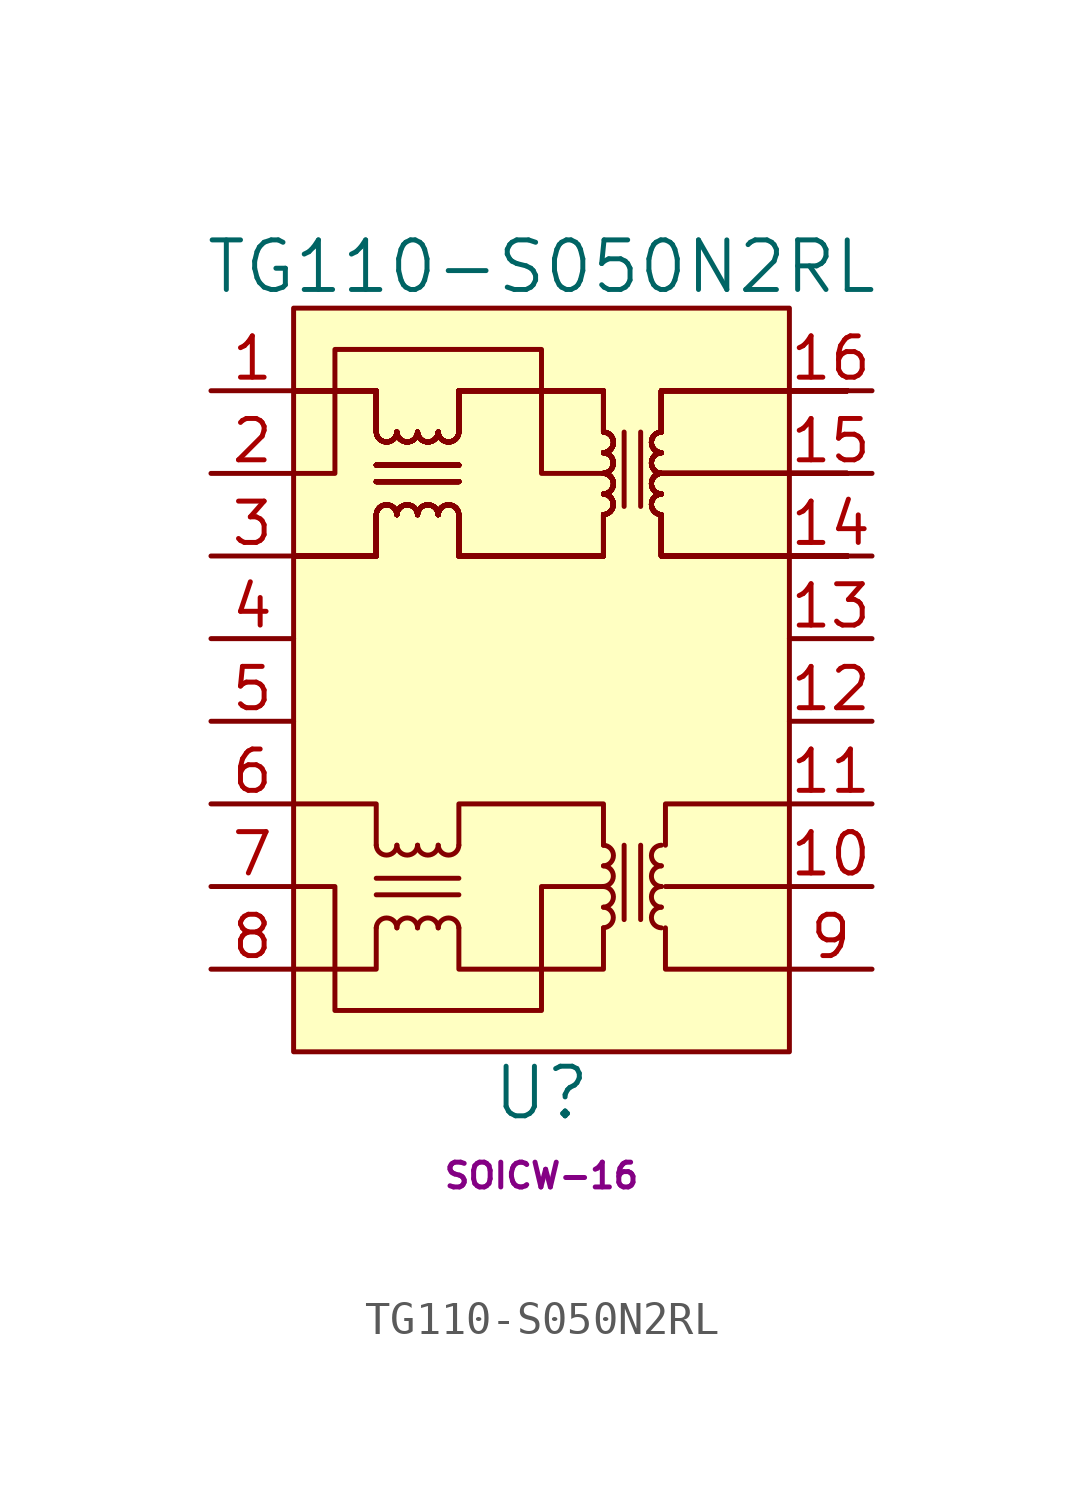
<source format=kicad_sym>
(kicad_symbol_lib
  (version 20220914)
  (generator kicad_symbol_editor)
  (symbol "TG110-S050N2RL"
    (pin_names
      (offset 1.016))
    (property "Reference" "U"
      (at 0 -12.7 0)
      (effects (font (size 1.524 1.524))))
    (property "Value" "TG110-S050N2RL"
      (at 0 12.7 0)
      (effects (font (size 1.524 1.524))))
    (property "Footprint" "SOICW-16"
      (at 0 -15.24 0)
      (effects (font (size 0.762 0.762))))
    (property "Datasheet" ""
      (at 0 0 0)
      (effects (font (size 1.524 1.524))))
    (symbol "TG110-S050N2RL_0_1"
      (arc (start -5.08 -5.08) (mid -4.7752 -5.3848) (end -4.445 -5.08) (stroke (width 0) (type default)) (fill (type none)))
      (arc (start -5.08 7.62) (mid -4.7752 7.3152) (end -4.445 7.62) (stroke (width 0) (type default)) (fill (type none)))
      (arc (start -5.08 7.62) (mid -4.7752 7.3152) (end -4.445 7.62) (stroke (width 0) (type default)) (fill (type none)))
      (arc (start -5.08 7.62) (mid -4.7752 7.3152) (end -4.445 7.62) (stroke (width 0) (type default)) (fill (type none)))
      (arc (start -5.08 7.62) (mid -4.7752 7.3152) (end -4.445 7.62) (stroke (width 0) (type default)) (fill (type none)))
      (arc (start -5.08 7.62) (mid -4.7752 7.3152) (end -4.445 7.62) (stroke (width 0) (type default)) (fill (type none)))
      (arc (start -5.08 7.62) (mid -4.7752 7.3152) (end -4.445 7.62) (stroke (width 0) (type default)) (fill (type none)))
      (arc (start -5.08 7.62) (mid -4.7752 7.3152) (end -4.445 7.62) (stroke (width 0) (type default)) (fill (type none)))
      (arc (start -5.08 7.62) (mid -4.7752 7.3152) (end -4.445 7.62) (stroke (width 0) (type default)) (fill (type none)))
      (arc (start -5.08 7.62) (mid -4.7752 7.3152) (end -4.445 7.62) (stroke (width 0) (type default)) (fill (type none)))
      (arc (start -5.08 7.62) (mid -4.7752 7.3152) (end -4.445 7.62) (stroke (width 0) (type default)) (fill (type none)))
      (arc (start -5.08 7.62) (mid -4.7752 7.3152) (end -4.445 7.62) (stroke (width 0) (type default)) (fill (type none)))
      (arc (start -5.08 7.62) (mid -4.7752 7.3152) (end -4.445 7.62) (stroke (width 0) (type default)) (fill (type none)))
      (arc (start -5.08 7.62) (mid -4.7752 7.3152) (end -4.445 7.62) (stroke (width 0) (type default)) (fill (type none)))
      (arc (start -5.08 7.62) (mid -4.7752 7.3152) (end -4.445 7.62) (stroke (width 0) (type default)) (fill (type none)))
      (arc (start -5.08 7.62) (mid -4.7752 7.3152) (end -4.445 7.62) (stroke (width 0) (type default)) (fill (type none)))
      (arc (start -5.08 7.62) (mid -4.7752 7.3152) (end -4.445 7.62) (stroke (width 0) (type default)) (fill (type none)))
      (arc (start -4.445 -7.62) (mid -4.7498 -7.3152) (end -5.08 -7.62) (stroke (width 0) (type default)) (fill (type none)))
      (arc (start -4.445 -5.08) (mid -4.1402 -5.3848) (end -3.81 -5.08) (stroke (width 0) (type default)) (fill (type none)))
      (arc (start -4.445 5.08) (mid -4.7498 5.3848) (end -5.08 5.08) (stroke (width 0) (type default)) (fill (type none)))
      (arc (start -4.445 5.08) (mid -4.7498 5.3848) (end -5.08 5.08) (stroke (width 0) (type default)) (fill (type none)))
      (arc (start -4.445 5.08) (mid -4.7498 5.3848) (end -5.08 5.08) (stroke (width 0) (type default)) (fill (type none)))
      (arc (start -4.445 5.08) (mid -4.7498 5.3848) (end -5.08 5.08) (stroke (width 0) (type default)) (fill (type none)))
      (arc (start -4.445 5.08) (mid -4.7498 5.3848) (end -5.08 5.08) (stroke (width 0) (type default)) (fill (type none)))
      (arc (start -4.445 5.08) (mid -4.7498 5.3848) (end -5.08 5.08) (stroke (width 0) (type default)) (fill (type none)))
      (arc (start -4.445 5.08) (mid -4.7498 5.3848) (end -5.08 5.08) (stroke (width 0) (type default)) (fill (type none)))
      (arc (start -4.445 5.08) (mid -4.7498 5.3848) (end -5.08 5.08) (stroke (width 0) (type default)) (fill (type none)))
      (arc (start -4.445 5.08) (mid -4.7498 5.3848) (end -5.08 5.08) (stroke (width 0) (type default)) (fill (type none)))
      (arc (start -4.445 5.08) (mid -4.7498 5.3848) (end -5.08 5.08) (stroke (width 0) (type default)) (fill (type none)))
      (arc (start -4.445 5.08) (mid -4.7498 5.3848) (end -5.08 5.08) (stroke (width 0) (type default)) (fill (type none)))
      (arc (start -4.445 5.08) (mid -4.7498 5.3848) (end -5.08 5.08) (stroke (width 0) (type default)) (fill (type none)))
      (arc (start -4.445 5.08) (mid -4.7498 5.3848) (end -5.08 5.08) (stroke (width 0) (type default)) (fill (type none)))
      (arc (start -4.445 5.08) (mid -4.7498 5.3848) (end -5.08 5.08) (stroke (width 0) (type default)) (fill (type none)))
      (arc (start -4.445 5.08) (mid -4.7498 5.3848) (end -5.08 5.08) (stroke (width 0) (type default)) (fill (type none)))
      (arc (start -4.445 5.08) (mid -4.7498 5.3848) (end -5.08 5.08) (stroke (width 0) (type default)) (fill (type none)))
      (arc (start -4.445 7.62) (mid -4.1402 7.3152) (end -3.81 7.62) (stroke (width 0) (type default)) (fill (type none)))
      (arc (start -4.445 7.62) (mid -4.1402 7.3152) (end -3.81 7.62) (stroke (width 0) (type default)) (fill (type none)))
      (arc (start -4.445 7.62) (mid -4.1402 7.3152) (end -3.81 7.62) (stroke (width 0) (type default)) (fill (type none)))
      (arc (start -4.445 7.62) (mid -4.1402 7.3152) (end -3.81 7.62) (stroke (width 0) (type default)) (fill (type none)))
      (arc (start -4.445 7.62) (mid -4.1402 7.3152) (end -3.81 7.62) (stroke (width 0) (type default)) (fill (type none)))
      (arc (start -4.445 7.62) (mid -4.1402 7.3152) (end -3.81 7.62) (stroke (width 0) (type default)) (fill (type none)))
      (arc (start -4.445 7.62) (mid -4.1402 7.3152) (end -3.81 7.62) (stroke (width 0) (type default)) (fill (type none)))
      (arc (start -4.445 7.62) (mid -4.1402 7.3152) (end -3.81 7.62) (stroke (width 0) (type default)) (fill (type none)))
      (arc (start -4.445 7.62) (mid -4.1402 7.3152) (end -3.81 7.62) (stroke (width 0) (type default)) (fill (type none)))
      (arc (start -4.445 7.62) (mid -4.1402 7.3152) (end -3.81 7.62) (stroke (width 0) (type default)) (fill (type none)))
      (arc (start -4.445 7.62) (mid -4.1402 7.3152) (end -3.81 7.62) (stroke (width 0) (type default)) (fill (type none)))
      (arc (start -4.445 7.62) (mid -4.1402 7.3152) (end -3.81 7.62) (stroke (width 0) (type default)) (fill (type none)))
      (arc (start -4.445 7.62) (mid -4.1402 7.3152) (end -3.81 7.62) (stroke (width 0) (type default)) (fill (type none)))
      (arc (start -4.445 7.62) (mid -4.1402 7.3152) (end -3.81 7.62) (stroke (width 0) (type default)) (fill (type none)))
      (arc (start -4.445 7.62) (mid -4.1402 7.3152) (end -3.81 7.62) (stroke (width 0) (type default)) (fill (type none)))
      (arc (start -4.445 7.62) (mid -4.1402 7.3152) (end -3.81 7.62) (stroke (width 0) (type default)) (fill (type none)))
      (arc (start -3.81 -7.62) (mid -4.1148 -7.3152) (end -4.445 -7.62) (stroke (width 0) (type default)) (fill (type none)))
      (arc (start -3.81 -5.08) (mid -3.5052 -5.3848) (end -3.175 -5.08) (stroke (width 0) (type default)) (fill (type none)))
      (arc (start -3.81 5.08) (mid -4.1148 5.3848) (end -4.445 5.08) (stroke (width 0) (type default)) (fill (type none)))
      (arc (start -3.81 5.08) (mid -4.1148 5.3848) (end -4.445 5.08) (stroke (width 0) (type default)) (fill (type none)))
      (arc (start -3.81 5.08) (mid -4.1148 5.3848) (end -4.445 5.08) (stroke (width 0) (type default)) (fill (type none)))
      (arc (start -3.81 5.08) (mid -4.1148 5.3848) (end -4.445 5.08) (stroke (width 0) (type default)) (fill (type none)))
      (arc (start -3.81 5.08) (mid -4.1148 5.3848) (end -4.445 5.08) (stroke (width 0) (type default)) (fill (type none)))
      (arc (start -3.81 5.08) (mid -4.1148 5.3848) (end -4.445 5.08) (stroke (width 0) (type default)) (fill (type none)))
      (arc (start -3.81 5.08) (mid -4.1148 5.3848) (end -4.445 5.08) (stroke (width 0) (type default)) (fill (type none)))
      (arc (start -3.81 5.08) (mid -4.1148 5.3848) (end -4.445 5.08) (stroke (width 0) (type default)) (fill (type none)))
      (arc (start -3.81 5.08) (mid -4.1148 5.3848) (end -4.445 5.08) (stroke (width 0) (type default)) (fill (type none)))
      (arc (start -3.81 5.08) (mid -4.1148 5.3848) (end -4.445 5.08) (stroke (width 0) (type default)) (fill (type none)))
      (arc (start -3.81 5.08) (mid -4.1148 5.3848) (end -4.445 5.08) (stroke (width 0) (type default)) (fill (type none)))
      (arc (start -3.81 5.08) (mid -4.1148 5.3848) (end -4.445 5.08) (stroke (width 0) (type default)) (fill (type none)))
      (arc (start -3.81 5.08) (mid -4.1148 5.3848) (end -4.445 5.08) (stroke (width 0) (type default)) (fill (type none)))
      (arc (start -3.81 5.08) (mid -4.1148 5.3848) (end -4.445 5.08) (stroke (width 0) (type default)) (fill (type none)))
      (arc (start -3.81 5.08) (mid -4.1148 5.3848) (end -4.445 5.08) (stroke (width 0) (type default)) (fill (type none)))
      (arc (start -3.81 5.08) (mid -4.1148 5.3848) (end -4.445 5.08) (stroke (width 0) (type default)) (fill (type none)))
      (arc (start -3.81 7.62) (mid -3.5052 7.3152) (end -3.175 7.62) (stroke (width 0) (type default)) (fill (type none)))
      (arc (start -3.81 7.62) (mid -3.5052 7.3152) (end -3.175 7.62) (stroke (width 0) (type default)) (fill (type none)))
      (arc (start -3.81 7.62) (mid -3.5052 7.3152) (end -3.175 7.62) (stroke (width 0) (type default)) (fill (type none)))
      (arc (start -3.81 7.62) (mid -3.5052 7.3152) (end -3.175 7.62) (stroke (width 0) (type default)) (fill (type none)))
      (arc (start -3.81 7.62) (mid -3.5052 7.3152) (end -3.175 7.62) (stroke (width 0) (type default)) (fill (type none)))
      (arc (start -3.81 7.62) (mid -3.5052 7.3152) (end -3.175 7.62) (stroke (width 0) (type default)) (fill (type none)))
      (arc (start -3.81 7.62) (mid -3.5052 7.3152) (end -3.175 7.62) (stroke (width 0) (type default)) (fill (type none)))
      (arc (start -3.81 7.62) (mid -3.5052 7.3152) (end -3.175 7.62) (stroke (width 0) (type default)) (fill (type none)))
      (arc (start -3.81 7.62) (mid -3.5052 7.3152) (end -3.175 7.62) (stroke (width 0) (type default)) (fill (type none)))
      (arc (start -3.81 7.62) (mid -3.5052 7.3152) (end -3.175 7.62) (stroke (width 0) (type default)) (fill (type none)))
      (arc (start -3.81 7.62) (mid -3.5052 7.3152) (end -3.175 7.62) (stroke (width 0) (type default)) (fill (type none)))
      (arc (start -3.81 7.62) (mid -3.5052 7.3152) (end -3.175 7.62) (stroke (width 0) (type default)) (fill (type none)))
      (arc (start -3.81 7.62) (mid -3.5052 7.3152) (end -3.175 7.62) (stroke (width 0) (type default)) (fill (type none)))
      (arc (start -3.81 7.62) (mid -3.5052 7.3152) (end -3.175 7.62) (stroke (width 0) (type default)) (fill (type none)))
      (arc (start -3.81 7.62) (mid -3.5052 7.3152) (end -3.175 7.62) (stroke (width 0) (type default)) (fill (type none)))
      (arc (start -3.81 7.62) (mid -3.5052 7.3152) (end -3.175 7.62) (stroke (width 0) (type default)) (fill (type none)))
      (arc (start -3.175 -7.62) (mid -3.4798 -7.3152) (end -3.81 -7.62) (stroke (width 0) (type default)) (fill (type none)))
      (arc (start -3.175 -5.08) (mid -2.8702 -5.3848) (end -2.54 -5.08) (stroke (width 0) (type default)) (fill (type none)))
      (arc (start -3.175 5.08) (mid -3.4798 5.3848) (end -3.81 5.08) (stroke (width 0) (type default)) (fill (type none)))
      (arc (start -3.175 5.08) (mid -3.4798 5.3848) (end -3.81 5.08) (stroke (width 0) (type default)) (fill (type none)))
      (arc (start -3.175 5.08) (mid -3.4798 5.3848) (end -3.81 5.08) (stroke (width 0) (type default)) (fill (type none)))
      (arc (start -3.175 5.08) (mid -3.4798 5.3848) (end -3.81 5.08) (stroke (width 0) (type default)) (fill (type none)))
      (arc (start -3.175 5.08) (mid -3.4798 5.3848) (end -3.81 5.08) (stroke (width 0) (type default)) (fill (type none)))
      (arc (start -3.175 5.08) (mid -3.4798 5.3848) (end -3.81 5.08) (stroke (width 0) (type default)) (fill (type none)))
      (arc (start -3.175 5.08) (mid -3.4798 5.3848) (end -3.81 5.08) (stroke (width 0) (type default)) (fill (type none)))
      (arc (start -3.175 5.08) (mid -3.4798 5.3848) (end -3.81 5.08) (stroke (width 0) (type default)) (fill (type none)))
      (arc (start -3.175 5.08) (mid -3.4798 5.3848) (end -3.81 5.08) (stroke (width 0) (type default)) (fill (type none)))
      (arc (start -3.175 5.08) (mid -3.4798 5.3848) (end -3.81 5.08) (stroke (width 0) (type default)) (fill (type none)))
      (arc (start -3.175 5.08) (mid -3.4798 5.3848) (end -3.81 5.08) (stroke (width 0) (type default)) (fill (type none)))
      (arc (start -3.175 5.08) (mid -3.4798 5.3848) (end -3.81 5.08) (stroke (width 0) (type default)) (fill (type none)))
      (arc (start -3.175 5.08) (mid -3.4798 5.3848) (end -3.81 5.08) (stroke (width 0) (type default)) (fill (type none)))
      (arc (start -3.175 5.08) (mid -3.4798 5.3848) (end -3.81 5.08) (stroke (width 0) (type default)) (fill (type none)))
      (arc (start -3.175 5.08) (mid -3.4798 5.3848) (end -3.81 5.08) (stroke (width 0) (type default)) (fill (type none)))
      (arc (start -3.175 5.08) (mid -3.4798 5.3848) (end -3.81 5.08) (stroke (width 0) (type default)) (fill (type none)))
      (arc (start -3.175 7.62) (mid -2.8702 7.3152) (end -2.54 7.62) (stroke (width 0) (type default)) (fill (type none)))
      (arc (start -3.175 7.62) (mid -2.8702 7.3152) (end -2.54 7.62) (stroke (width 0) (type default)) (fill (type none)))
      (arc (start -3.175 7.62) (mid -2.8702 7.3152) (end -2.54 7.62) (stroke (width 0) (type default)) (fill (type none)))
      (arc (start -3.175 7.62) (mid -2.8702 7.3152) (end -2.54 7.62) (stroke (width 0) (type default)) (fill (type none)))
      (arc (start -3.175 7.62) (mid -2.8702 7.3152) (end -2.54 7.62) (stroke (width 0) (type default)) (fill (type none)))
      (arc (start -3.175 7.62) (mid -2.8702 7.3152) (end -2.54 7.62) (stroke (width 0) (type default)) (fill (type none)))
      (arc (start -3.175 7.62) (mid -2.8702 7.3152) (end -2.54 7.62) (stroke (width 0) (type default)) (fill (type none)))
      (arc (start -3.175 7.62) (mid -2.8702 7.3152) (end -2.54 7.62) (stroke (width 0) (type default)) (fill (type none)))
      (arc (start -3.175 7.62) (mid -2.8702 7.3152) (end -2.54 7.62) (stroke (width 0) (type default)) (fill (type none)))
      (arc (start -3.175 7.62) (mid -2.8702 7.3152) (end -2.54 7.62) (stroke (width 0) (type default)) (fill (type none)))
      (arc (start -3.175 7.62) (mid -2.8702 7.3152) (end -2.54 7.62) (stroke (width 0) (type default)) (fill (type none)))
      (arc (start -3.175 7.62) (mid -2.8702 7.3152) (end -2.54 7.62) (stroke (width 0) (type default)) (fill (type none)))
      (arc (start -3.175 7.62) (mid -2.8702 7.3152) (end -2.54 7.62) (stroke (width 0) (type default)) (fill (type none)))
      (arc (start -3.175 7.62) (mid -2.8702 7.3152) (end -2.54 7.62) (stroke (width 0) (type default)) (fill (type none)))
      (arc (start -3.175 7.62) (mid -2.8702 7.3152) (end -2.54 7.62) (stroke (width 0) (type default)) (fill (type none)))
      (arc (start -3.175 7.62) (mid -2.8702 7.3152) (end -2.54 7.62) (stroke (width 0) (type default)) (fill (type none)))
      (arc (start -2.54 -7.62) (mid -2.8448 -7.3152) (end -3.175 -7.62) (stroke (width 0) (type default)) (fill (type none)))
      (arc (start -2.54 5.08) (mid -2.8448 5.3848) (end -3.175 5.08) (stroke (width 0) (type default)) (fill (type none)))
      (arc (start -2.54 5.08) (mid -2.8448 5.3848) (end -3.175 5.08) (stroke (width 0) (type default)) (fill (type none)))
      (arc (start -2.54 5.08) (mid -2.8448 5.3848) (end -3.175 5.08) (stroke (width 0) (type default)) (fill (type none)))
      (arc (start -2.54 5.08) (mid -2.8448 5.3848) (end -3.175 5.08) (stroke (width 0) (type default)) (fill (type none)))
      (arc (start -2.54 5.08) (mid -2.8448 5.3848) (end -3.175 5.08) (stroke (width 0) (type default)) (fill (type none)))
      (arc (start -2.54 5.08) (mid -2.8448 5.3848) (end -3.175 5.08) (stroke (width 0) (type default)) (fill (type none)))
      (arc (start -2.54 5.08) (mid -2.8448 5.3848) (end -3.175 5.08) (stroke (width 0) (type default)) (fill (type none)))
      (arc (start -2.54 5.08) (mid -2.8448 5.3848) (end -3.175 5.08) (stroke (width 0) (type default)) (fill (type none)))
      (arc (start -2.54 5.08) (mid -2.8448 5.3848) (end -3.175 5.08) (stroke (width 0) (type default)) (fill (type none)))
      (arc (start -2.54 5.08) (mid -2.8448 5.3848) (end -3.175 5.08) (stroke (width 0) (type default)) (fill (type none)))
      (arc (start -2.54 5.08) (mid -2.8448 5.3848) (end -3.175 5.08) (stroke (width 0) (type default)) (fill (type none)))
      (arc (start -2.54 5.08) (mid -2.8448 5.3848) (end -3.175 5.08) (stroke (width 0) (type default)) (fill (type none)))
      (arc (start -2.54 5.08) (mid -2.8448 5.3848) (end -3.175 5.08) (stroke (width 0) (type default)) (fill (type none)))
      (arc (start -2.54 5.08) (mid -2.8448 5.3848) (end -3.175 5.08) (stroke (width 0) (type default)) (fill (type none)))
      (arc (start -2.54 5.08) (mid -2.8448 5.3848) (end -3.175 5.08) (stroke (width 0) (type default)) (fill (type none)))
      (arc (start -2.54 5.08) (mid -2.8448 5.3848) (end -3.175 5.08) (stroke (width 0) (type default)) (fill (type none)))
      (polyline (pts (xy -5.08 -6.604) (xy -2.54 -6.604) (xy -2.54 -6.604)) (stroke (width 0) (type default)) (fill (type none)))
      (polyline (pts (xy -5.08 -6.096) (xy -2.54 -6.096) (xy -2.54 -6.096)) (stroke (width 0) (type default)) (fill (type none)))
      (polyline (pts (xy -5.08 6.096) (xy -2.54 6.096) (xy -2.54 6.096)) (stroke (width 0) (type default)) (fill (type none)))
      (polyline (pts (xy -5.08 6.096) (xy -2.54 6.096) (xy -2.54 6.096)) (stroke (width 0) (type default)) (fill (type none)))
      (polyline (pts (xy -5.08 6.096) (xy -2.54 6.096) (xy -2.54 6.096)) (stroke (width 0) (type default)) (fill (type none)))
      (polyline (pts (xy -5.08 6.096) (xy -2.54 6.096) (xy -2.54 6.096)) (stroke (width 0) (type default)) (fill (type none)))
      (polyline (pts (xy -5.08 6.096) (xy -2.54 6.096) (xy -2.54 6.096)) (stroke (width 0) (type default)) (fill (type none)))
      (polyline (pts (xy -5.08 6.096) (xy -2.54 6.096) (xy -2.54 6.096)) (stroke (width 0) (type default)) (fill (type none)))
      (polyline (pts (xy -5.08 6.096) (xy -2.54 6.096) (xy -2.54 6.096)) (stroke (width 0) (type default)) (fill (type none)))
      (polyline (pts (xy -5.08 6.096) (xy -2.54 6.096) (xy -2.54 6.096)) (stroke (width 0) (type default)) (fill (type none)))
      (polyline (pts (xy -5.08 6.096) (xy -2.54 6.096) (xy -2.54 6.096)) (stroke (width 0) (type default)) (fill (type none)))
      (polyline (pts (xy -5.08 6.096) (xy -2.54 6.096) (xy -2.54 6.096)) (stroke (width 0) (type default)) (fill (type none)))
      (polyline (pts (xy -5.08 6.096) (xy -2.54 6.096) (xy -2.54 6.096)) (stroke (width 0) (type default)) (fill (type none)))
      (polyline (pts (xy -5.08 6.096) (xy -2.54 6.096) (xy -2.54 6.096)) (stroke (width 0) (type default)) (fill (type none)))
      (polyline (pts (xy -5.08 6.096) (xy -2.54 6.096) (xy -2.54 6.096)) (stroke (width 0) (type default)) (fill (type none)))
      (polyline (pts (xy -5.08 6.096) (xy -2.54 6.096) (xy -2.54 6.096)) (stroke (width 0) (type default)) (fill (type none)))
      (polyline (pts (xy -5.08 6.096) (xy -2.54 6.096) (xy -2.54 6.096)) (stroke (width 0) (type default)) (fill (type none)))
      (polyline (pts (xy -5.08 6.096) (xy -2.54 6.096) (xy -2.54 6.096)) (stroke (width 0) (type default)) (fill (type none)))
      (polyline (pts (xy -5.08 6.604) (xy -2.54 6.604) (xy -2.54 6.604)) (stroke (width 0) (type default)) (fill (type none)))
      (polyline (pts (xy -5.08 6.604) (xy -2.54 6.604) (xy -2.54 6.604)) (stroke (width 0) (type default)) (fill (type none)))
      (polyline (pts (xy -5.08 6.604) (xy -2.54 6.604) (xy -2.54 6.604)) (stroke (width 0) (type default)) (fill (type none)))
      (polyline (pts (xy -5.08 6.604) (xy -2.54 6.604) (xy -2.54 6.604)) (stroke (width 0) (type default)) (fill (type none)))
      (polyline (pts (xy -5.08 6.604) (xy -2.54 6.604) (xy -2.54 6.604)) (stroke (width 0) (type default)) (fill (type none)))
      (polyline (pts (xy -5.08 6.604) (xy -2.54 6.604) (xy -2.54 6.604)) (stroke (width 0) (type default)) (fill (type none)))
      (polyline (pts (xy -5.08 6.604) (xy -2.54 6.604) (xy -2.54 6.604)) (stroke (width 0) (type default)) (fill (type none)))
      (polyline (pts (xy -5.08 6.604) (xy -2.54 6.604) (xy -2.54 6.604)) (stroke (width 0) (type default)) (fill (type none)))
      (polyline (pts (xy -5.08 6.604) (xy -2.54 6.604) (xy -2.54 6.604)) (stroke (width 0) (type default)) (fill (type none)))
      (polyline (pts (xy -5.08 6.604) (xy -2.54 6.604) (xy -2.54 6.604)) (stroke (width 0) (type default)) (fill (type none)))
      (polyline (pts (xy -5.08 6.604) (xy -2.54 6.604) (xy -2.54 6.604)) (stroke (width 0) (type default)) (fill (type none)))
      (polyline (pts (xy -5.08 6.604) (xy -2.54 6.604) (xy -2.54 6.604)) (stroke (width 0) (type default)) (fill (type none)))
      (polyline (pts (xy -5.08 6.604) (xy -2.54 6.604) (xy -2.54 6.604)) (stroke (width 0) (type default)) (fill (type none)))
      (polyline (pts (xy -5.08 6.604) (xy -2.54 6.604) (xy -2.54 6.604)) (stroke (width 0) (type default)) (fill (type none)))
      (polyline (pts (xy -5.08 6.604) (xy -2.54 6.604) (xy -2.54 6.604)) (stroke (width 0) (type default)) (fill (type none)))
      (polyline (pts (xy -5.08 6.604) (xy -2.54 6.604) (xy -2.54 6.604)) (stroke (width 0) (type default)) (fill (type none)))
      (polyline (pts (xy 2.54 -5.08) (xy 2.54 -7.366) (xy 2.54 -7.366)) (stroke (width 0) (type default)) (fill (type none)))
      (polyline (pts (xy 2.54 7.62) (xy 2.54 5.334) (xy 2.54 5.334)) (stroke (width 0) (type default)) (fill (type none)))
      (polyline (pts (xy 3.048 -5.08) (xy 3.048 -7.366) (xy 3.048 -7.366)) (stroke (width 0) (type default)) (fill (type none)))
      (polyline (pts (xy 3.048 7.62) (xy 3.048 5.334) (xy 3.048 5.334)) (stroke (width 0) (type default)) (fill (type none)))
      (polyline (pts (xy 3.683 6.35) (xy 9.398 6.35) (xy 9.398 6.35)) (stroke (width 0) (type default)) (fill (type none)))
      (polyline (pts (xy 3.683 6.35) (xy 9.398 6.35) (xy 9.398 6.35)) (stroke (width 0) (type default)) (fill (type none)))
      (polyline (pts (xy 3.683 6.35) (xy 9.398 6.35) (xy 9.398 6.35)) (stroke (width 0) (type default)) (fill (type none)))
      (polyline (pts (xy 3.683 6.35) (xy 9.398 6.35) (xy 9.398 6.35)) (stroke (width 0) (type default)) (fill (type none)))
      (polyline (pts (xy 3.683 6.35) (xy 9.398 6.35) (xy 9.398 6.35)) (stroke (width 0) (type default)) (fill (type none)))
      (polyline (pts (xy 3.683 6.35) (xy 9.398 6.35) (xy 9.398 6.35)) (stroke (width 0) (type default)) (fill (type none)))
      (polyline (pts (xy 3.683 6.35) (xy 9.398 6.35) (xy 9.398 6.35)) (stroke (width 0) (type default)) (fill (type none)))
      (polyline (pts (xy 3.683 6.35) (xy 9.398 6.35) (xy 9.398 6.35)) (stroke (width 0) (type default)) (fill (type none)))
      (polyline (pts (xy 3.683 6.35) (xy 9.398 6.35) (xy 9.398 6.35)) (stroke (width 0) (type default)) (fill (type none)))
      (polyline (pts (xy 3.683 6.35) (xy 9.398 6.35) (xy 9.398 6.35)) (stroke (width 0) (type default)) (fill (type none)))
      (polyline (pts (xy 3.683 6.35) (xy 9.398 6.35) (xy 9.398 6.35)) (stroke (width 0) (type default)) (fill (type none)))
      (polyline (pts (xy 3.683 6.35) (xy 9.398 6.35) (xy 9.398 6.35)) (stroke (width 0) (type default)) (fill (type none)))
      (polyline (pts (xy 3.683 6.35) (xy 9.398 6.35) (xy 9.398 6.35)) (stroke (width 0) (type default)) (fill (type none)))
      (polyline (pts (xy 3.683 6.35) (xy 9.398 6.35) (xy 9.398 6.35)) (stroke (width 0) (type default)) (fill (type none)))
      (polyline (pts (xy 3.683 6.35) (xy 9.398 6.35) (xy 9.398 6.35)) (stroke (width 0) (type default)) (fill (type none)))
      (polyline (pts (xy 3.683 6.35) (xy 9.398 6.35) (xy 9.398 6.35)) (stroke (width 0) (type default)) (fill (type none)))
      (polyline (pts (xy 7.62 -6.35) (xy 3.81 -6.35) (xy 3.81 -6.35)) (stroke (width 0) (type default)) (fill (type none)))
      (polyline (pts (xy -7.62 -8.89) (xy -5.08 -8.89) (xy -5.08 -7.62) (xy -5.08 -7.62)) (stroke (width 0) (type default)) (fill (type none)))
      (polyline (pts (xy -7.62 -3.81) (xy -5.08 -3.81) (xy -5.08 -5.08) (xy -5.08 -5.08)) (stroke (width 0) (type default)) (fill (type none)))
      (polyline (pts (xy -7.62 3.81) (xy -5.08 3.81) (xy -5.08 5.08) (xy -5.08 5.08)) (stroke (width 0) (type default)) (fill (type none)))
      (polyline (pts (xy -7.62 3.81) (xy -5.08 3.81) (xy -5.08 5.08) (xy -5.08 5.08)) (stroke (width 0) (type default)) (fill (type none)))
      (polyline (pts (xy -7.62 3.81) (xy -5.08 3.81) (xy -5.08 5.08) (xy -5.08 5.08)) (stroke (width 0) (type default)) (fill (type none)))
      (polyline (pts (xy -7.62 3.81) (xy -5.08 3.81) (xy -5.08 5.08) (xy -5.08 5.08)) (stroke (width 0) (type default)) (fill (type none)))
      (polyline (pts (xy -7.62 3.81) (xy -5.08 3.81) (xy -5.08 5.08) (xy -5.08 5.08)) (stroke (width 0) (type default)) (fill (type none)))
      (polyline (pts (xy -7.62 3.81) (xy -5.08 3.81) (xy -5.08 5.08) (xy -5.08 5.08)) (stroke (width 0) (type default)) (fill (type none)))
      (polyline (pts (xy -7.62 3.81) (xy -5.08 3.81) (xy -5.08 5.08) (xy -5.08 5.08)) (stroke (width 0) (type default)) (fill (type none)))
      (polyline (pts (xy -7.62 3.81) (xy -5.08 3.81) (xy -5.08 5.08) (xy -5.08 5.08)) (stroke (width 0) (type default)) (fill (type none)))
      (polyline (pts (xy -7.62 3.81) (xy -5.08 3.81) (xy -5.08 5.08) (xy -5.08 5.08)) (stroke (width 0) (type default)) (fill (type none)))
      (polyline (pts (xy -7.62 3.81) (xy -5.08 3.81) (xy -5.08 5.08) (xy -5.08 5.08)) (stroke (width 0) (type default)) (fill (type none)))
      (polyline (pts (xy -7.62 3.81) (xy -5.08 3.81) (xy -5.08 5.08) (xy -5.08 5.08)) (stroke (width 0) (type default)) (fill (type none)))
      (polyline (pts (xy -7.62 3.81) (xy -5.08 3.81) (xy -5.08 5.08) (xy -5.08 5.08)) (stroke (width 0) (type default)) (fill (type none)))
      (polyline (pts (xy -7.62 3.81) (xy -5.08 3.81) (xy -5.08 5.08) (xy -5.08 5.08)) (stroke (width 0) (type default)) (fill (type none)))
      (polyline (pts (xy -7.62 3.81) (xy -5.08 3.81) (xy -5.08 5.08) (xy -5.08 5.08)) (stroke (width 0) (type default)) (fill (type none)))
      (polyline (pts (xy -7.62 3.81) (xy -5.08 3.81) (xy -5.08 5.08) (xy -5.08 5.08)) (stroke (width 0) (type default)) (fill (type none)))
      (polyline (pts (xy -7.62 3.81) (xy -5.08 3.81) (xy -5.08 5.08) (xy -5.08 5.08)) (stroke (width 0) (type default)) (fill (type none)))
      (polyline (pts (xy -7.62 8.89) (xy -5.08 8.89) (xy -5.08 7.62) (xy -5.08 7.62)) (stroke (width 0) (type default)) (fill (type none)))
      (polyline (pts (xy -7.62 8.89) (xy -5.08 8.89) (xy -5.08 7.62) (xy -5.08 7.62)) (stroke (width 0) (type default)) (fill (type none)))
      (polyline (pts (xy -7.62 8.89) (xy -5.08 8.89) (xy -5.08 7.62) (xy -5.08 7.62)) (stroke (width 0) (type default)) (fill (type none)))
      (polyline (pts (xy -7.62 8.89) (xy -5.08 8.89) (xy -5.08 7.62) (xy -5.08 7.62)) (stroke (width 0) (type default)) (fill (type none)))
      (polyline (pts (xy -7.62 8.89) (xy -5.08 8.89) (xy -5.08 7.62) (xy -5.08 7.62)) (stroke (width 0) (type default)) (fill (type none)))
      (polyline (pts (xy -7.62 8.89) (xy -5.08 8.89) (xy -5.08 7.62) (xy -5.08 7.62)) (stroke (width 0) (type default)) (fill (type none)))
      (polyline (pts (xy -7.62 8.89) (xy -5.08 8.89) (xy -5.08 7.62) (xy -5.08 7.62)) (stroke (width 0) (type default)) (fill (type none)))
      (polyline (pts (xy -7.62 8.89) (xy -5.08 8.89) (xy -5.08 7.62) (xy -5.08 7.62)) (stroke (width 0) (type default)) (fill (type none)))
      (polyline (pts (xy -7.62 8.89) (xy -5.08 8.89) (xy -5.08 7.62) (xy -5.08 7.62)) (stroke (width 0) (type default)) (fill (type none)))
      (polyline (pts (xy -7.62 8.89) (xy -5.08 8.89) (xy -5.08 7.62) (xy -5.08 7.62)) (stroke (width 0) (type default)) (fill (type none)))
      (polyline (pts (xy -7.62 8.89) (xy -5.08 8.89) (xy -5.08 7.62) (xy -5.08 7.62)) (stroke (width 0) (type default)) (fill (type none)))
      (polyline (pts (xy -7.62 8.89) (xy -5.08 8.89) (xy -5.08 7.62) (xy -5.08 7.62)) (stroke (width 0) (type default)) (fill (type none)))
      (polyline (pts (xy -7.62 8.89) (xy -5.08 8.89) (xy -5.08 7.62) (xy -5.08 7.62)) (stroke (width 0) (type default)) (fill (type none)))
      (polyline (pts (xy -7.62 8.89) (xy -5.08 8.89) (xy -5.08 7.62) (xy -5.08 7.62)) (stroke (width 0) (type default)) (fill (type none)))
      (polyline (pts (xy -7.62 8.89) (xy -5.08 8.89) (xy -5.08 7.62) (xy -5.08 7.62)) (stroke (width 0) (type default)) (fill (type none)))
      (polyline (pts (xy -7.62 8.89) (xy -5.08 8.89) (xy -5.08 7.62) (xy -5.08 7.62)) (stroke (width 0) (type default)) (fill (type none)))
      (polyline (pts (xy 3.683 7.62) (xy 3.683 8.89) (xy 9.398 8.89) (xy 9.398 8.89)) (stroke (width 0) (type default)) (fill (type none)))
      (polyline (pts (xy 3.683 7.62) (xy 3.683 8.89) (xy 9.398 8.89) (xy 9.398 8.89)) (stroke (width 0) (type default)) (fill (type none)))
      (polyline (pts (xy 3.683 7.62) (xy 3.683 8.89) (xy 9.398 8.89) (xy 9.398 8.89)) (stroke (width 0) (type default)) (fill (type none)))
      (polyline (pts (xy 3.683 7.62) (xy 3.683 8.89) (xy 9.398 8.89) (xy 9.398 8.89)) (stroke (width 0) (type default)) (fill (type none)))
      (polyline (pts (xy 3.683 7.62) (xy 3.683 8.89) (xy 9.398 8.89) (xy 9.398 8.89)) (stroke (width 0) (type default)) (fill (type none)))
      (polyline (pts (xy 3.683 7.62) (xy 3.683 8.89) (xy 9.398 8.89) (xy 9.398 8.89)) (stroke (width 0) (type default)) (fill (type none)))
      (polyline (pts (xy 3.683 7.62) (xy 3.683 8.89) (xy 9.398 8.89) (xy 9.398 8.89)) (stroke (width 0) (type default)) (fill (type none)))
      (polyline (pts (xy 3.683 7.62) (xy 3.683 8.89) (xy 9.398 8.89) (xy 9.398 8.89)) (stroke (width 0) (type default)) (fill (type none)))
      (polyline (pts (xy 3.683 7.62) (xy 3.683 8.89) (xy 9.398 8.89) (xy 9.398 8.89)) (stroke (width 0) (type default)) (fill (type none)))
      (polyline (pts (xy 3.683 7.62) (xy 3.683 8.89) (xy 9.398 8.89) (xy 9.398 8.89)) (stroke (width 0) (type default)) (fill (type none)))
      (polyline (pts (xy 3.683 7.62) (xy 3.683 8.89) (xy 9.398 8.89) (xy 9.398 8.89)) (stroke (width 0) (type default)) (fill (type none)))
      (polyline (pts (xy 3.683 7.62) (xy 3.683 8.89) (xy 9.398 8.89) (xy 9.398 8.89)) (stroke (width 0) (type default)) (fill (type none)))
      (polyline (pts (xy 3.683 7.62) (xy 3.683 8.89) (xy 9.398 8.89) (xy 9.398 8.89)) (stroke (width 0) (type default)) (fill (type none)))
      (polyline (pts (xy 3.683 7.62) (xy 3.683 8.89) (xy 9.398 8.89) (xy 9.398 8.89)) (stroke (width 0) (type default)) (fill (type none)))
      (polyline (pts (xy 3.81 -5.08) (xy 3.81 -3.81) (xy 7.62 -3.81) (xy 7.62 -3.81)) (stroke (width 0) (type default)) (fill (type none)))
      (polyline (pts (xy 7.62 -8.89) (xy 3.81 -8.89) (xy 3.81 -7.62) (xy 3.81 -7.62)) (stroke (width 0) (type default)) (fill (type none)))
      (polyline (pts (xy 9.398 3.81) (xy 3.683 3.81) (xy 3.683 5.08) (xy 3.683 5.08)) (stroke (width 0) (type default)) (fill (type none)))
      (polyline (pts (xy 9.398 3.81) (xy 3.683 3.81) (xy 3.683 5.08) (xy 3.683 5.08)) (stroke (width 0) (type default)) (fill (type none)))
      (polyline (pts (xy 9.398 3.81) (xy 3.683 3.81) (xy 3.683 5.08) (xy 3.683 5.08)) (stroke (width 0) (type default)) (fill (type none)))
      (polyline (pts (xy 9.398 3.81) (xy 3.683 3.81) (xy 3.683 5.08) (xy 3.683 5.08)) (stroke (width 0) (type default)) (fill (type none)))
      (polyline (pts (xy 9.398 3.81) (xy 3.683 3.81) (xy 3.683 5.08) (xy 3.683 5.08)) (stroke (width 0) (type default)) (fill (type none)))
      (polyline (pts (xy 9.398 3.81) (xy 3.683 3.81) (xy 3.683 5.08) (xy 3.683 5.08)) (stroke (width 0) (type default)) (fill (type none)))
      (polyline (pts (xy 9.398 3.81) (xy 3.683 3.81) (xy 3.683 5.08) (xy 3.683 5.08)) (stroke (width 0) (type default)) (fill (type none)))
      (polyline (pts (xy 9.398 3.81) (xy 3.683 3.81) (xy 3.683 5.08) (xy 3.683 5.08)) (stroke (width 0) (type default)) (fill (type none)))
      (polyline (pts (xy 9.398 3.81) (xy 3.683 3.81) (xy 3.683 5.08) (xy 3.683 5.08)) (stroke (width 0) (type default)) (fill (type none)))
      (polyline (pts (xy 9.398 3.81) (xy 3.683 3.81) (xy 3.683 5.08) (xy 3.683 5.08)) (stroke (width 0) (type default)) (fill (type none)))
      (polyline (pts (xy 9.398 3.81) (xy 3.683 3.81) (xy 3.683 5.08) (xy 3.683 5.08)) (stroke (width 0) (type default)) (fill (type none)))
      (polyline (pts (xy 9.398 3.81) (xy 3.683 3.81) (xy 3.683 5.08) (xy 3.683 5.08)) (stroke (width 0) (type default)) (fill (type none)))
      (polyline (pts (xy 9.398 3.81) (xy 3.683 3.81) (xy 3.683 5.08) (xy 3.683 5.08)) (stroke (width 0) (type default)) (fill (type none)))
      (polyline (pts (xy 9.398 3.81) (xy 3.683 3.81) (xy 3.683 5.08) (xy 3.683 5.08)) (stroke (width 0) (type default)) (fill (type none)))
      (polyline (pts (xy 9.398 3.81) (xy 3.683 3.81) (xy 3.683 5.08) (xy 3.683 5.08)) (stroke (width 0) (type default)) (fill (type none)))
      (polyline (pts (xy 9.398 3.81) (xy 3.683 3.81) (xy 3.683 5.08) (xy 3.683 5.08)) (stroke (width 0) (type default)) (fill (type none)))
      (polyline (pts (xy -2.54 -7.62) (xy -2.54 -8.89) (xy 1.905 -8.89) (xy 1.905 -7.62) (xy 1.905 -7.62)) (stroke (width 0) (type default)) (fill (type none)))
      (polyline (pts (xy -2.54 -5.08) (xy -2.54 -3.81) (xy 1.905 -3.81) (xy 1.905 -5.08) (xy 1.905 -5.08)) (stroke (width 0) (type default)) (fill (type none)))
      (polyline (pts (xy -2.54 5.08) (xy -2.54 3.81) (xy 1.905 3.81) (xy 1.905 5.08) (xy 1.905 5.08)) (stroke (width 0) (type default)) (fill (type none)))
      (polyline (pts (xy -2.54 5.08) (xy -2.54 3.81) (xy 1.905 3.81) (xy 1.905 5.08) (xy 1.905 5.08)) (stroke (width 0) (type default)) (fill (type none)))
      (polyline (pts (xy -2.54 5.08) (xy -2.54 3.81) (xy 1.905 3.81) (xy 1.905 5.08) (xy 1.905 5.08)) (stroke (width 0) (type default)) (fill (type none)))
      (polyline (pts (xy -2.54 5.08) (xy -2.54 3.81) (xy 1.905 3.81) (xy 1.905 5.08) (xy 1.905 5.08)) (stroke (width 0) (type default)) (fill (type none)))
      (polyline (pts (xy -2.54 5.08) (xy -2.54 3.81) (xy 1.905 3.81) (xy 1.905 5.08) (xy 1.905 5.08)) (stroke (width 0) (type default)) (fill (type none)))
      (polyline (pts (xy -2.54 5.08) (xy -2.54 3.81) (xy 1.905 3.81) (xy 1.905 5.08) (xy 1.905 5.08)) (stroke (width 0) (type default)) (fill (type none)))
      (polyline (pts (xy -2.54 5.08) (xy -2.54 3.81) (xy 1.905 3.81) (xy 1.905 5.08) (xy 1.905 5.08)) (stroke (width 0) (type default)) (fill (type none)))
      (polyline (pts (xy -2.54 5.08) (xy -2.54 3.81) (xy 1.905 3.81) (xy 1.905 5.08) (xy 1.905 5.08)) (stroke (width 0) (type default)) (fill (type none)))
      (polyline (pts (xy -2.54 5.08) (xy -2.54 3.81) (xy 1.905 3.81) (xy 1.905 5.08) (xy 1.905 5.08)) (stroke (width 0) (type default)) (fill (type none)))
      (polyline (pts (xy -2.54 5.08) (xy -2.54 3.81) (xy 1.905 3.81) (xy 1.905 5.08) (xy 1.905 5.08)) (stroke (width 0) (type default)) (fill (type none)))
      (polyline (pts (xy -2.54 5.08) (xy -2.54 3.81) (xy 1.905 3.81) (xy 1.905 5.08) (xy 1.905 5.08)) (stroke (width 0) (type default)) (fill (type none)))
      (polyline (pts (xy -2.54 5.08) (xy -2.54 3.81) (xy 1.905 3.81) (xy 1.905 5.08) (xy 1.905 5.08)) (stroke (width 0) (type default)) (fill (type none)))
      (polyline (pts (xy -2.54 5.08) (xy -2.54 3.81) (xy 1.905 3.81) (xy 1.905 5.08) (xy 1.905 5.08)) (stroke (width 0) (type default)) (fill (type none)))
      (polyline (pts (xy -2.54 5.08) (xy -2.54 3.81) (xy 1.905 3.81) (xy 1.905 5.08) (xy 1.905 5.08)) (stroke (width 0) (type default)) (fill (type none)))
      (polyline (pts (xy -2.54 5.08) (xy -2.54 3.81) (xy 1.905 3.81) (xy 1.905 5.08) (xy 1.905 5.08)) (stroke (width 0) (type default)) (fill (type none)))
      (polyline (pts (xy -2.54 5.08) (xy -2.54 3.81) (xy 1.905 3.81) (xy 1.905 5.08) (xy 1.905 5.08)) (stroke (width 0) (type default)) (fill (type none)))
      (polyline (pts (xy -2.54 7.62) (xy -2.54 8.89) (xy 1.905 8.89) (xy 1.905 7.62) (xy 1.905 7.62)) (stroke (width 0) (type default)) (fill (type none)))
      (polyline (pts (xy -2.54 7.62) (xy -2.54 8.89) (xy 1.905 8.89) (xy 1.905 7.62) (xy 1.905 7.62)) (stroke (width 0) (type default)) (fill (type none)))
      (polyline (pts (xy -2.54 7.62) (xy -2.54 8.89) (xy 1.905 8.89) (xy 1.905 7.62) (xy 1.905 7.62)) (stroke (width 0) (type default)) (fill (type none)))
      (polyline (pts (xy -2.54 7.62) (xy -2.54 8.89) (xy 1.905 8.89) (xy 1.905 7.62) (xy 1.905 7.62)) (stroke (width 0) (type default)) (fill (type none)))
      (polyline (pts (xy -2.54 7.62) (xy -2.54 8.89) (xy 1.905 8.89) (xy 1.905 7.62) (xy 1.905 7.62)) (stroke (width 0) (type default)) (fill (type none)))
      (polyline (pts (xy -2.54 7.62) (xy -2.54 8.89) (xy 1.905 8.89) (xy 1.905 7.62) (xy 1.905 7.62)) (stroke (width 0) (type default)) (fill (type none)))
      (polyline (pts (xy -2.54 7.62) (xy -2.54 8.89) (xy 1.905 8.89) (xy 1.905 7.62) (xy 1.905 7.62)) (stroke (width 0) (type default)) (fill (type none)))
      (polyline (pts (xy -2.54 7.62) (xy -2.54 8.89) (xy 1.905 8.89) (xy 1.905 7.62) (xy 1.905 7.62)) (stroke (width 0) (type default)) (fill (type none)))
      (polyline (pts (xy -2.54 7.62) (xy -2.54 8.89) (xy 1.905 8.89) (xy 1.905 7.62) (xy 1.905 7.62)) (stroke (width 0) (type default)) (fill (type none)))
      (polyline (pts (xy -2.54 7.62) (xy -2.54 8.89) (xy 1.905 8.89) (xy 1.905 7.62) (xy 1.905 7.62)) (stroke (width 0) (type default)) (fill (type none)))
      (polyline (pts (xy -2.54 7.62) (xy -2.54 8.89) (xy 1.905 8.89) (xy 1.905 7.62) (xy 1.905 7.62)) (stroke (width 0) (type default)) (fill (type none)))
      (polyline (pts (xy -2.54 7.62) (xy -2.54 8.89) (xy 1.905 8.89) (xy 1.905 7.62) (xy 1.905 7.62)) (stroke (width 0) (type default)) (fill (type none)))
      (polyline (pts (xy -2.54 7.62) (xy -2.54 8.89) (xy 1.905 8.89) (xy 1.905 7.62) (xy 1.905 7.62)) (stroke (width 0) (type default)) (fill (type none)))
      (polyline (pts (xy -2.54 7.62) (xy -2.54 8.89) (xy 1.905 8.89) (xy 1.905 7.62) (xy 1.905 7.62)) (stroke (width 0) (type default)) (fill (type none)))
      (polyline (pts (xy -2.54 7.62) (xy -2.54 8.89) (xy 1.905 8.89) (xy 1.905 7.62) (xy 1.905 7.62)) (stroke (width 0) (type default)) (fill (type none)))
      (polyline (pts (xy -2.54 7.62) (xy -2.54 8.89) (xy 1.905 8.89) (xy 1.905 7.62) (xy 1.905 7.62)) (stroke (width 0) (type default)) (fill (type none)))
      (polyline (pts (xy -7.62 -8.89) (xy -7.62 -11.43) (xy 7.62 -11.43) (xy 7.62 11.43) (xy -7.62 11.43) (xy -7.62 -8.89) (xy -7.62 -8.89)) (stroke (width 0) (type default)) (fill (type background)))
      (polyline (pts (xy 1.905 -6.35) (xy 0 -6.35) (xy 0 -10.16) (xy -6.35 -10.16) (xy -6.35 -6.35) (xy -7.62 -6.35) (xy -7.62 -6.35)) (stroke (width 0) (type default)) (fill (type none)))
      (polyline (pts (xy -7.62 6.35) (xy -6.35 6.35) (xy -6.35 10.16) (xy 0 10.16) (xy 0 6.35) (xy 1.905 6.35) (xy 1.905 6.35) (xy 1.905 6.35)) (stroke (width 0) (type default)) (fill (type none)))
      (arc (start 1.905 -7.62) (mid 2.2098 -7.3152) (end 1.905 -6.985) (stroke (width 0) (type default)) (fill (type none)))
      (arc (start 1.905 -6.985) (mid 2.2098 -6.6802) (end 1.905 -6.35) (stroke (width 0) (type default)) (fill (type none)))
      (arc (start 1.905 -6.35) (mid 2.2098 -6.0452) (end 1.905 -5.715) (stroke (width 0) (type default)) (fill (type none)))
      (arc (start 1.905 -5.715) (mid 2.2098 -5.4102) (end 1.905 -5.08) (stroke (width 0) (type default)) (fill (type none)))
      (arc (start 1.905 5.08) (mid 2.2098 5.3848) (end 1.905 5.715) (stroke (width 0) (type default)) (fill (type none)))
      (arc (start 1.905 5.08) (mid 2.2098 5.3848) (end 1.905 5.715) (stroke (width 0) (type default)) (fill (type none)))
      (arc (start 1.905 5.08) (mid 2.2098 5.3848) (end 1.905 5.715) (stroke (width 0) (type default)) (fill (type none)))
      (arc (start 1.905 5.08) (mid 2.2098 5.3848) (end 1.905 5.715) (stroke (width 0) (type default)) (fill (type none)))
      (arc (start 1.905 5.08) (mid 2.2098 5.3848) (end 1.905 5.715) (stroke (width 0) (type default)) (fill (type none)))
      (arc (start 1.905 5.08) (mid 2.2098 5.3848) (end 1.905 5.715) (stroke (width 0) (type default)) (fill (type none)))
      (arc (start 1.905 5.08) (mid 2.2098 5.3848) (end 1.905 5.715) (stroke (width 0) (type default)) (fill (type none)))
      (arc (start 1.905 5.08) (mid 2.2098 5.3848) (end 1.905 5.715) (stroke (width 0) (type default)) (fill (type none)))
      (arc (start 1.905 5.08) (mid 2.2098 5.3848) (end 1.905 5.715) (stroke (width 0) (type default)) (fill (type none)))
      (arc (start 1.905 5.08) (mid 2.2098 5.3848) (end 1.905 5.715) (stroke (width 0) (type default)) (fill (type none)))
      (arc (start 1.905 5.08) (mid 2.2098 5.3848) (end 1.905 5.715) (stroke (width 0) (type default)) (fill (type none)))
      (arc (start 1.905 5.08) (mid 2.2098 5.3848) (end 1.905 5.715) (stroke (width 0) (type default)) (fill (type none)))
      (arc (start 1.905 5.08) (mid 2.2098 5.3848) (end 1.905 5.715) (stroke (width 0) (type default)) (fill (type none)))
      (arc (start 1.905 5.08) (mid 2.2098 5.3848) (end 1.905 5.715) (stroke (width 0) (type default)) (fill (type none)))
      (arc (start 1.905 5.08) (mid 2.2098 5.3848) (end 1.905 5.715) (stroke (width 0) (type default)) (fill (type none)))
      (arc (start 1.905 5.08) (mid 2.2098 5.3848) (end 1.905 5.715) (stroke (width 0) (type default)) (fill (type none)))
      (arc (start 1.905 5.715) (mid 2.2098 6.0198) (end 1.905 6.35) (stroke (width 0) (type default)) (fill (type none)))
      (arc (start 1.905 5.715) (mid 2.2098 6.0198) (end 1.905 6.35) (stroke (width 0) (type default)) (fill (type none)))
      (arc (start 1.905 5.715) (mid 2.2098 6.0198) (end 1.905 6.35) (stroke (width 0) (type default)) (fill (type none)))
      (arc (start 1.905 5.715) (mid 2.2098 6.0198) (end 1.905 6.35) (stroke (width 0) (type default)) (fill (type none)))
      (arc (start 1.905 5.715) (mid 2.2098 6.0198) (end 1.905 6.35) (stroke (width 0) (type default)) (fill (type none)))
      (arc (start 1.905 5.715) (mid 2.2098 6.0198) (end 1.905 6.35) (stroke (width 0) (type default)) (fill (type none)))
      (arc (start 1.905 5.715) (mid 2.2098 6.0198) (end 1.905 6.35) (stroke (width 0) (type default)) (fill (type none)))
      (arc (start 1.905 5.715) (mid 2.2098 6.0198) (end 1.905 6.35) (stroke (width 0) (type default)) (fill (type none)))
      (arc (start 1.905 5.715) (mid 2.2098 6.0198) (end 1.905 6.35) (stroke (width 0) (type default)) (fill (type none)))
      (arc (start 1.905 5.715) (mid 2.2098 6.0198) (end 1.905 6.35) (stroke (width 0) (type default)) (fill (type none)))
      (arc (start 1.905 5.715) (mid 2.2098 6.0198) (end 1.905 6.35) (stroke (width 0) (type default)) (fill (type none)))
      (arc (start 1.905 5.715) (mid 2.2098 6.0198) (end 1.905 6.35) (stroke (width 0) (type default)) (fill (type none)))
      (arc (start 1.905 5.715) (mid 2.2098 6.0198) (end 1.905 6.35) (stroke (width 0) (type default)) (fill (type none)))
      (arc (start 1.905 5.715) (mid 2.2098 6.0198) (end 1.905 6.35) (stroke (width 0) (type default)) (fill (type none)))
      (arc (start 1.905 5.715) (mid 2.2098 6.0198) (end 1.905 6.35) (stroke (width 0) (type default)) (fill (type none)))
      (arc (start 1.905 5.715) (mid 2.2098 6.0198) (end 1.905 6.35) (stroke (width 0) (type default)) (fill (type none)))
      (arc (start 1.905 6.35) (mid 2.2098 6.6548) (end 1.905 6.985) (stroke (width 0) (type default)) (fill (type none)))
      (arc (start 1.905 6.35) (mid 2.2098 6.6548) (end 1.905 6.985) (stroke (width 0) (type default)) (fill (type none)))
      (arc (start 1.905 6.35) (mid 2.2098 6.6548) (end 1.905 6.985) (stroke (width 0) (type default)) (fill (type none)))
      (arc (start 1.905 6.35) (mid 2.2098 6.6548) (end 1.905 6.985) (stroke (width 0) (type default)) (fill (type none)))
      (arc (start 1.905 6.35) (mid 2.2098 6.6548) (end 1.905 6.985) (stroke (width 0) (type default)) (fill (type none)))
      (arc (start 1.905 6.35) (mid 2.2098 6.6548) (end 1.905 6.985) (stroke (width 0) (type default)) (fill (type none)))
      (arc (start 1.905 6.35) (mid 2.2098 6.6548) (end 1.905 6.985) (stroke (width 0) (type default)) (fill (type none)))
      (arc (start 1.905 6.35) (mid 2.2098 6.6548) (end 1.905 6.985) (stroke (width 0) (type default)) (fill (type none)))
      (arc (start 1.905 6.35) (mid 2.2098 6.6548) (end 1.905 6.985) (stroke (width 0) (type default)) (fill (type none)))
      (arc (start 1.905 6.35) (mid 2.2098 6.6548) (end 1.905 6.985) (stroke (width 0) (type default)) (fill (type none)))
      (arc (start 1.905 6.35) (mid 2.2098 6.6548) (end 1.905 6.985) (stroke (width 0) (type default)) (fill (type none)))
      (arc (start 1.905 6.35) (mid 2.2098 6.6548) (end 1.905 6.985) (stroke (width 0) (type default)) (fill (type none)))
      (arc (start 1.905 6.35) (mid 2.2098 6.6548) (end 1.905 6.985) (stroke (width 0) (type default)) (fill (type none)))
      (arc (start 1.905 6.35) (mid 2.2098 6.6548) (end 1.905 6.985) (stroke (width 0) (type default)) (fill (type none)))
      (arc (start 1.905 6.35) (mid 2.2098 6.6548) (end 1.905 6.985) (stroke (width 0) (type default)) (fill (type none)))
      (arc (start 1.905 6.35) (mid 2.2098 6.6548) (end 1.905 6.985) (stroke (width 0) (type default)) (fill (type none)))
      (arc (start 1.905 6.985) (mid 2.2098 7.2898) (end 1.905 7.62) (stroke (width 0) (type default)) (fill (type none)))
      (arc (start 1.905 6.985) (mid 2.2098 7.2898) (end 1.905 7.62) (stroke (width 0) (type default)) (fill (type none)))
      (arc (start 1.905 6.985) (mid 2.2098 7.2898) (end 1.905 7.62) (stroke (width 0) (type default)) (fill (type none)))
      (arc (start 1.905 6.985) (mid 2.2098 7.2898) (end 1.905 7.62) (stroke (width 0) (type default)) (fill (type none)))
      (arc (start 1.905 6.985) (mid 2.2098 7.2898) (end 1.905 7.62) (stroke (width 0) (type default)) (fill (type none)))
      (arc (start 1.905 6.985) (mid 2.2098 7.2898) (end 1.905 7.62) (stroke (width 0) (type default)) (fill (type none)))
      (arc (start 1.905 6.985) (mid 2.2098 7.2898) (end 1.905 7.62) (stroke (width 0) (type default)) (fill (type none)))
      (arc (start 1.905 6.985) (mid 2.2098 7.2898) (end 1.905 7.62) (stroke (width 0) (type default)) (fill (type none)))
      (arc (start 1.905 6.985) (mid 2.2098 7.2898) (end 1.905 7.62) (stroke (width 0) (type default)) (fill (type none)))
      (arc (start 1.905 6.985) (mid 2.2098 7.2898) (end 1.905 7.62) (stroke (width 0) (type default)) (fill (type none)))
      (arc (start 1.905 6.985) (mid 2.2098 7.2898) (end 1.905 7.62) (stroke (width 0) (type default)) (fill (type none)))
      (arc (start 1.905 6.985) (mid 2.2098 7.2898) (end 1.905 7.62) (stroke (width 0) (type default)) (fill (type none)))
      (arc (start 1.905 6.985) (mid 2.2098 7.2898) (end 1.905 7.62) (stroke (width 0) (type default)) (fill (type none)))
      (arc (start 1.905 6.985) (mid 2.2098 7.2898) (end 1.905 7.62) (stroke (width 0) (type default)) (fill (type none)))
      (arc (start 1.905 6.985) (mid 2.2098 7.2898) (end 1.905 7.62) (stroke (width 0) (type default)) (fill (type none)))
      (arc (start 1.905 6.985) (mid 2.2098 7.2898) (end 1.905 7.62) (stroke (width 0) (type default)) (fill (type none)))
      (arc (start 3.683 -6.985) (mid 3.3782 -7.2898) (end 3.683 -7.62) (stroke (width 0) (type default)) (fill (type none)))
      (arc (start 3.683 -6.35) (mid 3.3782 -6.6548) (end 3.683 -6.985) (stroke (width 0) (type default)) (fill (type none)))
      (arc (start 3.683 -5.715) (mid 3.3782 -6.0198) (end 3.683 -6.35) (stroke (width 0) (type default)) (fill (type none)))
      (arc (start 3.683 -5.08) (mid 3.3782 -5.3848) (end 3.683 -5.715) (stroke (width 0) (type default)) (fill (type none)))
      (arc (start 3.683 5.715) (mid 3.3782 5.4102) (end 3.683 5.08) (stroke (width 0) (type default)) (fill (type none)))
      (arc (start 3.683 5.715) (mid 3.3782 5.4102) (end 3.683 5.08) (stroke (width 0) (type default)) (fill (type none)))
      (arc (start 3.683 5.715) (mid 3.3782 5.4102) (end 3.683 5.08) (stroke (width 0) (type default)) (fill (type none)))
      (arc (start 3.683 5.715) (mid 3.3782 5.4102) (end 3.683 5.08) (stroke (width 0) (type default)) (fill (type none)))
      (arc (start 3.683 5.715) (mid 3.3782 5.4102) (end 3.683 5.08) (stroke (width 0) (type default)) (fill (type none)))
      (arc (start 3.683 5.715) (mid 3.3782 5.4102) (end 3.683 5.08) (stroke (width 0) (type default)) (fill (type none)))
      (arc (start 3.683 5.715) (mid 3.3782 5.4102) (end 3.683 5.08) (stroke (width 0) (type default)) (fill (type none)))
      (arc (start 3.683 5.715) (mid 3.3782 5.4102) (end 3.683 5.08) (stroke (width 0) (type default)) (fill (type none)))
      (arc (start 3.683 5.715) (mid 3.3782 5.4102) (end 3.683 5.08) (stroke (width 0) (type default)) (fill (type none)))
      (arc (start 3.683 5.715) (mid 3.3782 5.4102) (end 3.683 5.08) (stroke (width 0) (type default)) (fill (type none)))
      (arc (start 3.683 5.715) (mid 3.3782 5.4102) (end 3.683 5.08) (stroke (width 0) (type default)) (fill (type none)))
      (arc (start 3.683 5.715) (mid 3.3782 5.4102) (end 3.683 5.08) (stroke (width 0) (type default)) (fill (type none)))
      (arc (start 3.683 5.715) (mid 3.3782 5.4102) (end 3.683 5.08) (stroke (width 0) (type default)) (fill (type none)))
      (arc (start 3.683 5.715) (mid 3.3782 5.4102) (end 3.683 5.08) (stroke (width 0) (type default)) (fill (type none)))
      (arc (start 3.683 5.715) (mid 3.3782 5.4102) (end 3.683 5.08) (stroke (width 0) (type default)) (fill (type none)))
      (arc (start 3.683 5.715) (mid 3.3782 5.4102) (end 3.683 5.08) (stroke (width 0) (type default)) (fill (type none)))
      (arc (start 3.683 6.35) (mid 3.3782 6.0452) (end 3.683 5.715) (stroke (width 0) (type default)) (fill (type none)))
      (arc (start 3.683 6.35) (mid 3.3782 6.0452) (end 3.683 5.715) (stroke (width 0) (type default)) (fill (type none)))
      (arc (start 3.683 6.35) (mid 3.3782 6.0452) (end 3.683 5.715) (stroke (width 0) (type default)) (fill (type none)))
      (arc (start 3.683 6.35) (mid 3.3782 6.0452) (end 3.683 5.715) (stroke (width 0) (type default)) (fill (type none)))
      (arc (start 3.683 6.35) (mid 3.3782 6.0452) (end 3.683 5.715) (stroke (width 0) (type default)) (fill (type none)))
      (arc (start 3.683 6.35) (mid 3.3782 6.0452) (end 3.683 5.715) (stroke (width 0) (type default)) (fill (type none)))
      (arc (start 3.683 6.35) (mid 3.3782 6.0452) (end 3.683 5.715) (stroke (width 0) (type default)) (fill (type none)))
      (arc (start 3.683 6.35) (mid 3.3782 6.0452) (end 3.683 5.715) (stroke (width 0) (type default)) (fill (type none)))
      (arc (start 3.683 6.35) (mid 3.3782 6.0452) (end 3.683 5.715) (stroke (width 0) (type default)) (fill (type none)))
      (arc (start 3.683 6.35) (mid 3.3782 6.0452) (end 3.683 5.715) (stroke (width 0) (type default)) (fill (type none)))
      (arc (start 3.683 6.35) (mid 3.3782 6.0452) (end 3.683 5.715) (stroke (width 0) (type default)) (fill (type none)))
      (arc (start 3.683 6.35) (mid 3.3782 6.0452) (end 3.683 5.715) (stroke (width 0) (type default)) (fill (type none)))
      (arc (start 3.683 6.35) (mid 3.3782 6.0452) (end 3.683 5.715) (stroke (width 0) (type default)) (fill (type none)))
      (arc (start 3.683 6.35) (mid 3.3782 6.0452) (end 3.683 5.715) (stroke (width 0) (type default)) (fill (type none)))
      (arc (start 3.683 6.35) (mid 3.3782 6.0452) (end 3.683 5.715) (stroke (width 0) (type default)) (fill (type none)))
      (arc (start 3.683 6.35) (mid 3.3782 6.0452) (end 3.683 5.715) (stroke (width 0) (type default)) (fill (type none)))
      (arc (start 3.683 6.985) (mid 3.3782 6.6802) (end 3.683 6.35) (stroke (width 0) (type default)) (fill (type none)))
      (arc (start 3.683 6.985) (mid 3.3782 6.6802) (end 3.683 6.35) (stroke (width 0) (type default)) (fill (type none)))
      (arc (start 3.683 6.985) (mid 3.3782 6.6802) (end 3.683 6.35) (stroke (width 0) (type default)) (fill (type none)))
      (arc (start 3.683 6.985) (mid 3.3782 6.6802) (end 3.683 6.35) (stroke (width 0) (type default)) (fill (type none)))
      (arc (start 3.683 6.985) (mid 3.3782 6.6802) (end 3.683 6.35) (stroke (width 0) (type default)) (fill (type none)))
      (arc (start 3.683 6.985) (mid 3.3782 6.6802) (end 3.683 6.35) (stroke (width 0) (type default)) (fill (type none)))
      (arc (start 3.683 6.985) (mid 3.3782 6.6802) (end 3.683 6.35) (stroke (width 0) (type default)) (fill (type none)))
      (arc (start 3.683 6.985) (mid 3.3782 6.6802) (end 3.683 6.35) (stroke (width 0) (type default)) (fill (type none)))
      (arc (start 3.683 6.985) (mid 3.3782 6.6802) (end 3.683 6.35) (stroke (width 0) (type default)) (fill (type none)))
      (arc (start 3.683 6.985) (mid 3.3782 6.6802) (end 3.683 6.35) (stroke (width 0) (type default)) (fill (type none)))
      (arc (start 3.683 6.985) (mid 3.3782 6.6802) (end 3.683 6.35) (stroke (width 0) (type default)) (fill (type none)))
      (arc (start 3.683 6.985) (mid 3.3782 6.6802) (end 3.683 6.35) (stroke (width 0) (type default)) (fill (type none)))
      (arc (start 3.683 6.985) (mid 3.3782 6.6802) (end 3.683 6.35) (stroke (width 0) (type default)) (fill (type none)))
      (arc (start 3.683 6.985) (mid 3.3782 6.6802) (end 3.683 6.35) (stroke (width 0) (type default)) (fill (type none)))
      (arc (start 3.683 6.985) (mid 3.3782 6.6802) (end 3.683 6.35) (stroke (width 0) (type default)) (fill (type none)))
      (arc (start 3.683 6.985) (mid 3.3782 6.6802) (end 3.683 6.35) (stroke (width 0) (type default)) (fill (type none)))
      (arc (start 3.683 7.62) (mid 3.3782 7.3152) (end 3.683 6.985) (stroke (width 0) (type default)) (fill (type none)))
      (arc (start 3.683 7.62) (mid 3.3782 7.3152) (end 3.683 6.985) (stroke (width 0) (type default)) (fill (type none)))
      (arc (start 3.683 7.62) (mid 3.3782 7.3152) (end 3.683 6.985) (stroke (width 0) (type default)) (fill (type none)))
      (arc (start 3.683 7.62) (mid 3.3782 7.3152) (end 3.683 6.985) (stroke (width 0) (type default)) (fill (type none)))
      (arc (start 3.683 7.62) (mid 3.3782 7.3152) (end 3.683 6.985) (stroke (width 0) (type default)) (fill (type none)))
      (arc (start 3.683 7.62) (mid 3.3782 7.3152) (end 3.683 6.985) (stroke (width 0) (type default)) (fill (type none)))
      (arc (start 3.683 7.62) (mid 3.3782 7.3152) (end 3.683 6.985) (stroke (width 0) (type default)) (fill (type none)))
      (arc (start 3.683 7.62) (mid 3.3782 7.3152) (end 3.683 6.985) (stroke (width 0) (type default)) (fill (type none)))
      (arc (start 3.683 7.62) (mid 3.3782 7.3152) (end 3.683 6.985) (stroke (width 0) (type default)) (fill (type none)))
      (arc (start 3.683 7.62) (mid 3.3782 7.3152) (end 3.683 6.985) (stroke (width 0) (type default)) (fill (type none)))
      (arc (start 3.683 7.62) (mid 3.3782 7.3152) (end 3.683 6.985) (stroke (width 0) (type default)) (fill (type none)))
      (arc (start 3.683 7.62) (mid 3.3782 7.3152) (end 3.683 6.985) (stroke (width 0) (type default)) (fill (type none)))
      (arc (start 3.683 7.62) (mid 3.3782 7.3152) (end 3.683 6.985) (stroke (width 0) (type default)) (fill (type none)))
      (arc (start 3.683 7.62) (mid 3.3782 7.3152) (end 3.683 6.985) (stroke (width 0) (type default)) (fill (type none)))
      (arc (start 3.683 7.62) (mid 3.3782 7.3152) (end 3.683 6.985) (stroke (width 0) (type default)) (fill (type none)))
      (arc (start 3.683 7.62) (mid 3.3782 7.3152) (end 3.683 6.985) (stroke (width 0) (type default)) (fill (type none)))
      (pin bidirectional line (at -10.16 8.89 0) (length 2.54) (name "~" (effects (font (size 0.254 0.254)))) (number "1" (effects (font (size 1.27 1.27))))))
    (symbol "TG110-S050N2RL_1_1"
      (pin bidirectional line (at 10.16 -6.35 180) (length 2.54) (name "~" (effects (font (size 0.254 0.254)))) (number "10" (effects (font (size 1.27 1.27)))))
      (pin bidirectional line (at 10.16 -3.81 180) (length 2.54) (name "~" (effects (font (size 0.254 0.254)))) (number "11" (effects (font (size 1.27 1.27)))))
      (pin bidirectional line (at 10.16 -1.27 180) (length 2.54) (name "~" (effects (font (size 0.254 0.254)))) (number "12" (effects (font (size 1.27 1.27)))))
      (pin bidirectional line (at 10.16 1.27 180) (length 2.54) (name "~" (effects (font (size 0.254 0.254)))) (number "13" (effects (font (size 1.27 1.27)))))
      (pin bidirectional line (at 10.16 3.81 180) (length 2.54) (name "~" (effects (font (size 0.254 0.254)))) (number "14" (effects (font (size 1.27 1.27)))))
      (pin bidirectional line (at 10.16 6.35 180) (length 2.54) (name "~" (effects (font (size 0.254 0.254)))) (number "15" (effects (font (size 1.27 1.27)))))
      (pin bidirectional line (at 10.16 8.89 180) (length 2.54) (name "~" (effects (font (size 0.254 0.254)))) (number "16" (effects (font (size 1.27 1.27)))))
      (pin bidirectional line (at -10.16 6.35 0) (length 2.54) (name "~" (effects (font (size 0.254 0.254)))) (number "2" (effects (font (size 1.27 1.27)))))
      (pin bidirectional line (at -10.16 3.81 0) (length 2.54) (name "~" (effects (font (size 0.254 0.254)))) (number "3" (effects (font (size 1.27 1.27)))))
      (pin bidirectional line (at -10.16 1.27 0) (length 2.54) (name "~" (effects (font (size 0.254 0.254)))) (number "4" (effects (font (size 1.27 1.27)))))
      (pin bidirectional line (at -10.16 -1.27 0) (length 2.54) (name "~" (effects (font (size 0.254 0.254)))) (number "5" (effects (font (size 1.27 1.27)))))
      (pin bidirectional line (at -10.16 -3.81 0) (length 2.54) (name "~" (effects (font (size 0.254 0.254)))) (number "6" (effects (font (size 1.27 1.27)))))
      (pin bidirectional line (at -10.16 -6.35 0) (length 2.54) (name "~" (effects (font (size 0.254 0.254)))) (number "7" (effects (font (size 1.27 1.27)))))
      (pin bidirectional line (at -10.16 -8.89 0) (length 2.54) (name "~" (effects (font (size 0.254 0.254)))) (number "8" (effects (font (size 1.27 1.27)))))
      (pin bidirectional line (at 10.16 -8.89 180) (length 2.54) (name "~" (effects (font (size 0.254 0.254)))) (number "9" (effects (font (size 1.27 1.27))))))))
</source>
